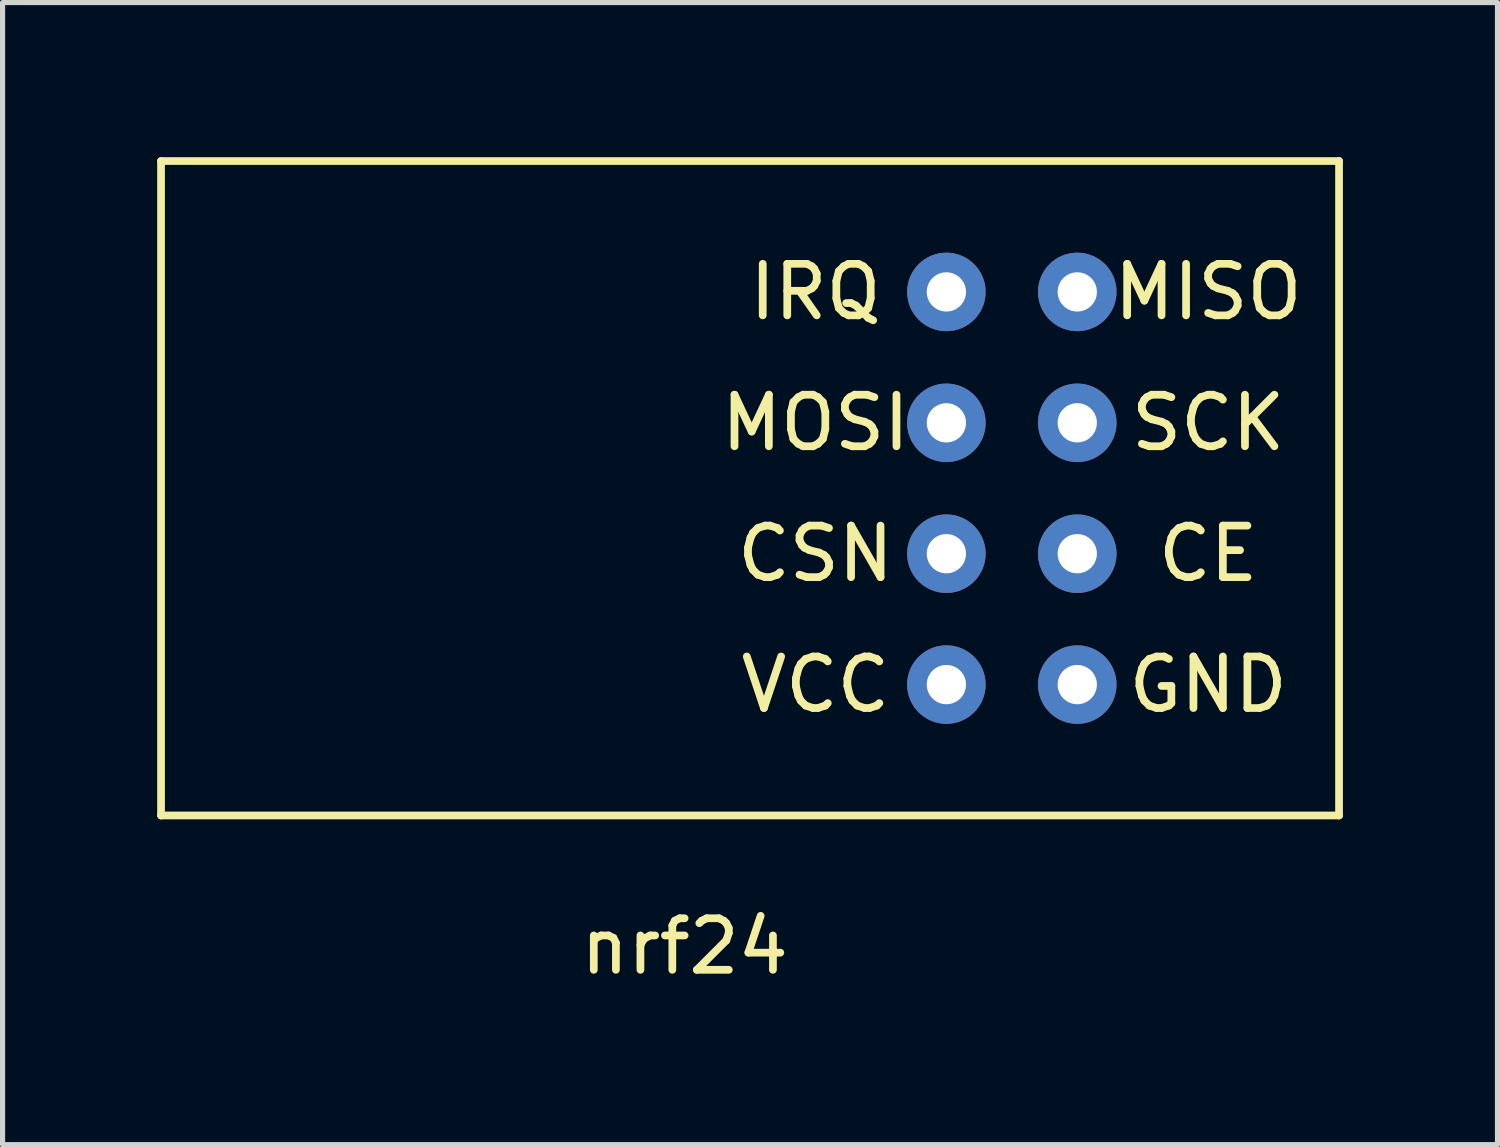
<source format=kicad_pcb>
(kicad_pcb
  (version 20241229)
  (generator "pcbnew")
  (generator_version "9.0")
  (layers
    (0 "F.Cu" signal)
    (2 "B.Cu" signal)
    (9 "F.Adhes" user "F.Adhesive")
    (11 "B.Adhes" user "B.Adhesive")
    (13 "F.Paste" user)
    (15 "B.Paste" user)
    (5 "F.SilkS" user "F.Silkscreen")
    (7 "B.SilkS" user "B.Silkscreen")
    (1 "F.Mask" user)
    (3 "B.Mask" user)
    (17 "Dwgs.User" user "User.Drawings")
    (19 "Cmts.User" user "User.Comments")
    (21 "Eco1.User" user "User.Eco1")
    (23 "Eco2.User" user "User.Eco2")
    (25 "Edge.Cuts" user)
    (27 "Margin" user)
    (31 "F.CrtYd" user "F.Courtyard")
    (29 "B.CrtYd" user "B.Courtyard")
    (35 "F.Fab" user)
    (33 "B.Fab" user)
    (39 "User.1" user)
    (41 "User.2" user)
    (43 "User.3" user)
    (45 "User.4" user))
  (footprint "nrf24"
    (layer "F.Cu")
    (at 10.235 7.695)
    (property "Reference" "nrf24" (at 0 7.62 0) (layer "F.SilkS") (effects (font (size 1 1) (thickness 0.15))))
    (attr through_hole)
    (fp_line (start -10.16 -7.62) (end 12.7 -7.62) (stroke (width 0.15) (type solid)) (layer "F.SilkS"))
    (fp_line (start -10.16 5.08) (end -10.16 -7.62) (stroke (width 0.15) (type solid)) (layer "F.SilkS"))
    (fp_line (start 12.7 -7.62) (end 12.7 5.08) (stroke (width 0.15) (type solid)) (layer "F.SilkS"))
    (fp_line (start 12.7 5.08) (end -10.16 5.08) (stroke (width 0.15) (type solid)) (layer "F.SilkS"))
    (fp_text user "MISO" (at 10.16 -5.08 0) (layer "F.SilkS") (effects (font (size 1 1) (thickness 0.15))))
    (fp_text user "IRQ" (at 2.54 -5.08 0) (layer "F.SilkS") (effects (font (size 1 1) (thickness 0.15))))
    (fp_text user "CE" (at 10.16 0 0) (layer "F.SilkS") (effects (font (size 1 1) (thickness 0.15))))
    (fp_text user "SCK" (at 10.16 -2.54 0) (layer "F.SilkS") (effects (font (size 1 1) (thickness 0.15))))
    (fp_text user "GND" (at 10.16 2.54 0) (layer "F.SilkS") (effects (font (size 1 1) (thickness 0.15))))
    (fp_text user "MOSI" (at 2.54 -2.54 0) (layer "F.SilkS") (effects (font (size 1 1) (thickness 0.15))))
    (fp_text user "VCC" (at 2.54 2.54 0) (layer "F.SilkS") (effects (font (size 1 1) (thickness 0.15))))
    (fp_text user "CSN" (at 2.54 0 0) (layer "F.SilkS") (effects (font (size 1 1) (thickness 0.15))))
    (pad "1" thru_hole circle (at 7.62 -5.08) (size 1.524 1.524) (drill 0.762) (layers "*.Cu" "*.Mask"))
    (pad "2" thru_hole circle (at 7.62 -2.54) (size 1.524 1.524) (drill 0.762) (layers "*.Cu" "*.Mask"))
    (pad "3" thru_hole circle (at 7.62 0) (size 1.524 1.524) (drill 0.762) (layers "*.Cu" "*.Mask"))
    (pad "4" thru_hole circle (at 7.62 2.54) (size 1.524 1.524) (drill 0.762) (layers "*.Cu" "*.Mask"))
    (pad "5" thru_hole circle (at 5.08 -5.08) (size 1.524 1.524) (drill 0.762) (layers "*.Cu" "*.Mask"))
    (pad "6" thru_hole circle (at 5.08 -2.54) (size 1.524 1.524) (drill 0.762) (layers "*.Cu" "*.Mask"))
    (pad "7" thru_hole circle (at 5.08 0) (size 1.524 1.524) (drill 0.762) (layers "*.Cu" "*.Mask"))
    (pad "8" thru_hole circle (at 5.08 2.54) (size 1.524 1.524) (drill 0.762) (layers "*.Cu" "*.Mask")))
  (gr_rect
    (start -3 -3)
    (end 26.01 19.163)
    (stroke (width 0.1) (type default))
    (fill no)
    (layer "Edge.Cuts")))
</source>
